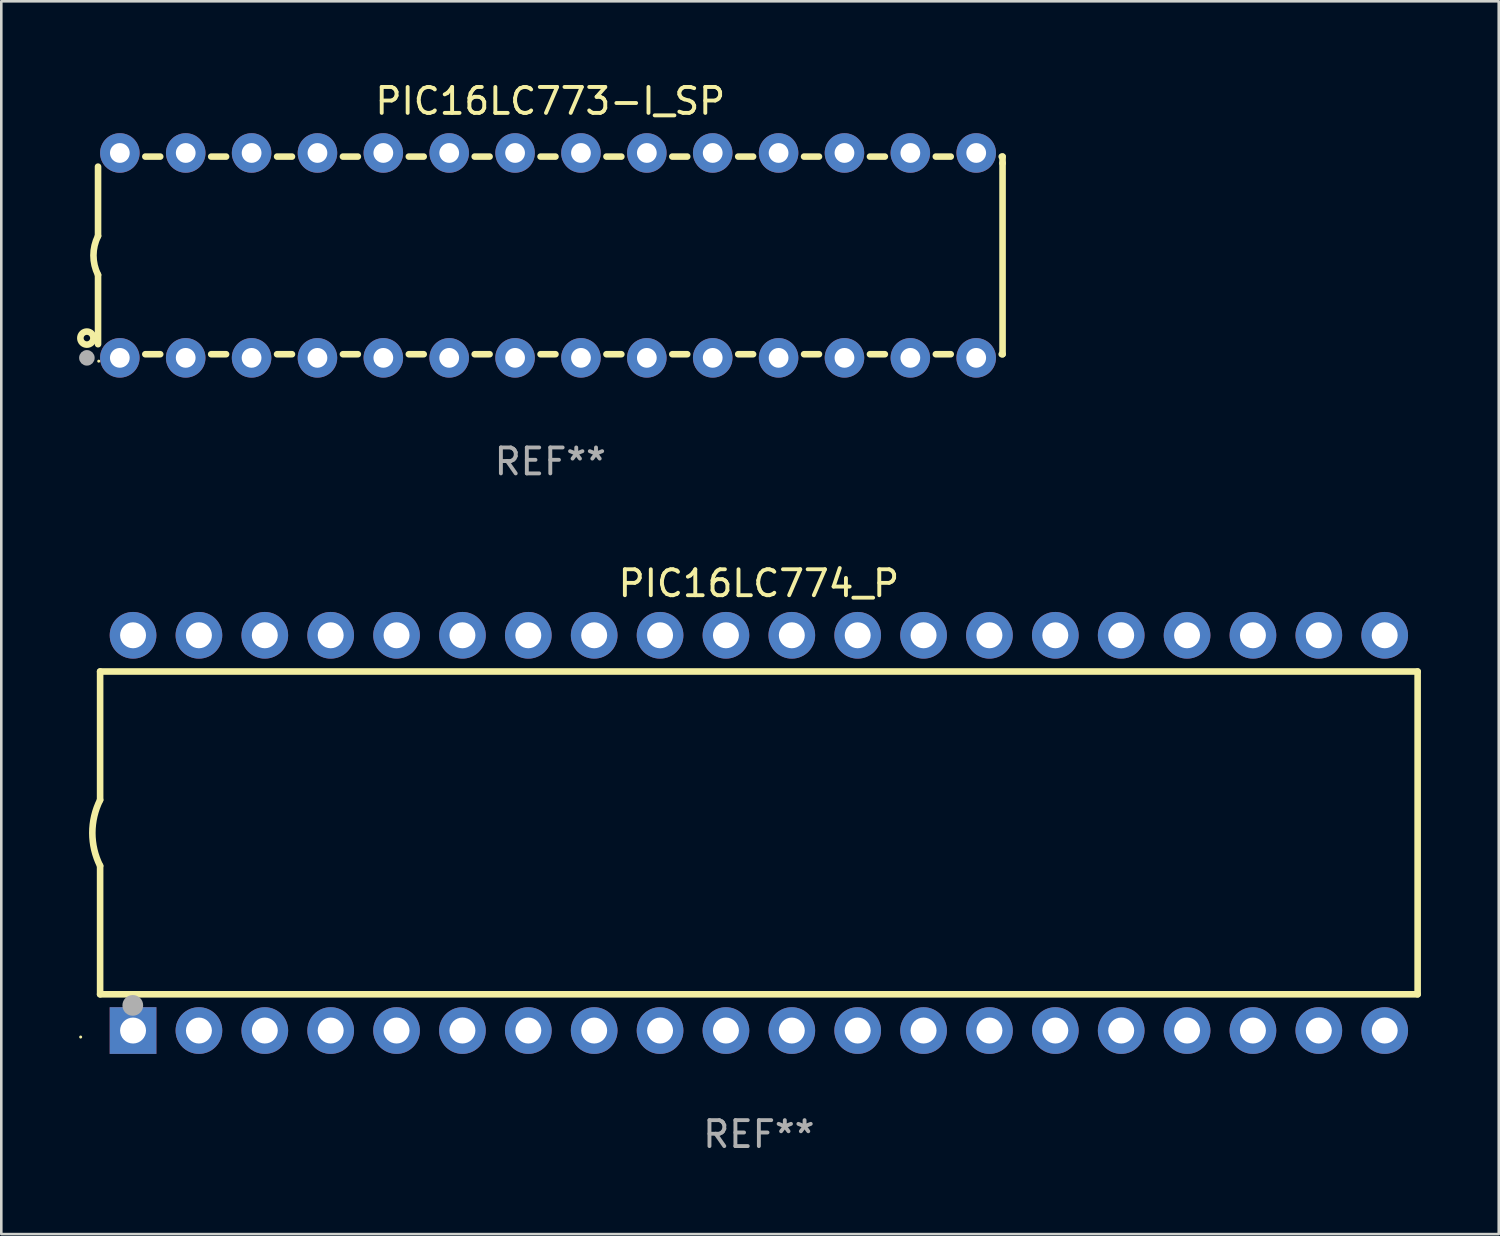
<source format=kicad_pcb>
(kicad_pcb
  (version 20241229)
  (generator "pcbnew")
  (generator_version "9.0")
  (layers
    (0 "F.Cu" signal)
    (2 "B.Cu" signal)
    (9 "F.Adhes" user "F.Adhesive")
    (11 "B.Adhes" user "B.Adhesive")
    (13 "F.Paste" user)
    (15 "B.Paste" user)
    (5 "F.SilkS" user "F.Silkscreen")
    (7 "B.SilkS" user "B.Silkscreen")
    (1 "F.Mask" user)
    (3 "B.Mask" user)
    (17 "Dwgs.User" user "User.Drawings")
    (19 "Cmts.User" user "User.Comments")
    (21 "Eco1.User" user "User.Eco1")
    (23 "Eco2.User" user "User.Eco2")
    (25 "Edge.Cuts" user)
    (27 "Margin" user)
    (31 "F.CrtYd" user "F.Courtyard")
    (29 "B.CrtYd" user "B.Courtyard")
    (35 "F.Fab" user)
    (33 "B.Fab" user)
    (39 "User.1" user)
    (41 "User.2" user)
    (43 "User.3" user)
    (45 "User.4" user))
  (footprint "PIC16LC774_P"
    (layer "F.Cu")
    (at 26.21 29.065)
    (property "Reference" "PIC16LC774_P" (at 0 -9.62 0) (layer "F.SilkS") (effects (font (size 1 1) (thickness 0.15))))
    (attr through_hole)
    (fp_line (start -25.4 -6.224) (end -25.4 -1.271) (stroke (width 0.254) (type solid)) (layer "F.SilkS"))
    (fp_line (start -25.4 -6.224) (end 25.4 -6.224) (stroke (width 0.254) (type solid)) (layer "F.SilkS"))
    (fp_line (start -25.4 1.269) (end -25.4 6.222) (stroke (width 0.254) (type solid)) (layer "F.SilkS"))
    (fp_line (start -25.4 6.222) (end 25.4 6.222) (stroke (width 0.254) (type solid)) (layer "F.SilkS"))
    (fp_line (start 25.4 6.222) (end 25.4 -6.224) (stroke (width 0.254) (type solid)) (layer "F.SilkS"))
    (fp_arc (start -25.4 1.269241) (mid -25.699807 -0.000762) (end -25.4 -1.270765) (stroke (width 0.254001) (type solid)) (layer "F.SilkS"))
    (fp_circle (center -26.15 7.87) (end -26.12 7.87) (stroke (width 0.06) (type solid)) (fill no) (layer "F.SilkS"))
    (fp_circle (center -24.14 6.65) (end -23.94 6.65) (stroke (width 0.4) (type solid)) (fill no) (layer "F.Fab"))
    (fp_text user "REF**" (at 0 11.62 0) (layer "F.Fab") (effects (font (size 1 1) (thickness 0.15))))
    (pad "1" thru_hole rect (at -24.13 7.62 90) (size 1.8 1.8) (drill 1) (layers "*.Cu" "*.Mask"))
    (pad "2" thru_hole circle (at -21.59 7.62) (size 1.8 1.8) (drill 1) (layers "*.Cu" "*.Mask"))
    (pad "3" thru_hole circle (at -19.05 7.62) (size 1.8 1.8) (drill 1) (layers "*.Cu" "*.Mask"))
    (pad "4" thru_hole circle (at -16.51 7.62) (size 1.8 1.8) (drill 1) (layers "*.Cu" "*.Mask"))
    (pad "5" thru_hole circle (at -13.97 7.62) (size 1.8 1.8) (drill 1) (layers "*.Cu" "*.Mask"))
    (pad "6" thru_hole circle (at -11.43 7.62) (size 1.8 1.8) (drill 1) (layers "*.Cu" "*.Mask"))
    (pad "7" thru_hole circle (at -8.89 7.62) (size 1.8 1.8) (drill 1) (layers "*.Cu" "*.Mask"))
    (pad "8" thru_hole circle (at -6.35 7.62) (size 1.8 1.8) (drill 1) (layers "*.Cu" "*.Mask"))
    (pad "9" thru_hole circle (at -3.81 7.62) (size 1.8 1.8) (drill 1) (layers "*.Cu" "*.Mask"))
    (pad "10" thru_hole circle (at -1.27 7.62) (size 1.8 1.8) (drill 1) (layers "*.Cu" "*.Mask"))
    (pad "11" thru_hole circle (at 1.27 7.62) (size 1.8 1.8) (drill 1) (layers "*.Cu" "*.Mask"))
    (pad "12" thru_hole circle (at 3.81 7.62) (size 1.8 1.8) (drill 1) (layers "*.Cu" "*.Mask"))
    (pad "13" thru_hole circle (at 6.35 7.62) (size 1.8 1.8) (drill 1) (layers "*.Cu" "*.Mask"))
    (pad "14" thru_hole circle (at 8.89 7.62) (size 1.8 1.8) (drill 1) (layers "*.Cu" "*.Mask"))
    (pad "15" thru_hole circle (at 11.43 7.62) (size 1.8 1.8) (drill 1) (layers "*.Cu" "*.Mask"))
    (pad "16" thru_hole circle (at 13.97 7.62) (size 1.8 1.8) (drill 1) (layers "*.Cu" "*.Mask"))
    (pad "17" thru_hole circle (at 16.51 7.62) (size 1.8 1.8) (drill 1) (layers "*.Cu" "*.Mask"))
    (pad "18" thru_hole circle (at 19.05 7.62) (size 1.8 1.8) (drill 1) (layers "*.Cu" "*.Mask"))
    (pad "19" thru_hole circle (at 21.59 7.62) (size 1.8 1.8) (drill 1) (layers "*.Cu" "*.Mask"))
    (pad "20" thru_hole circle (at 24.13 7.62) (size 1.8 1.8) (drill 1) (layers "*.Cu" "*.Mask"))
    (pad "21" thru_hole circle (at 24.13 -7.62) (size 1.8 1.8) (drill 1) (layers "*.Cu" "*.Mask"))
    (pad "22" thru_hole circle (at 21.59 -7.62) (size 1.8 1.8) (drill 1) (layers "*.Cu" "*.Mask"))
    (pad "23" thru_hole circle (at 19.05 -7.62) (size 1.8 1.8) (drill 1) (layers "*.Cu" "*.Mask"))
    (pad "24" thru_hole circle (at 16.51 -7.62) (size 1.8 1.8) (drill 1) (layers "*.Cu" "*.Mask"))
    (pad "25" thru_hole circle (at 13.97 -7.62) (size 1.8 1.8) (drill 1) (layers "*.Cu" "*.Mask"))
    (pad "26" thru_hole circle (at 11.43 -7.62) (size 1.8 1.8) (drill 1) (layers "*.Cu" "*.Mask"))
    (pad "27" thru_hole circle (at 8.89 -7.62) (size 1.8 1.8) (drill 1) (layers "*.Cu" "*.Mask"))
    (pad "28" thru_hole circle (at 6.35 -7.62) (size 1.8 1.8) (drill 1) (layers "*.Cu" "*.Mask"))
    (pad "29" thru_hole circle (at 3.81 -7.62) (size 1.8 1.8) (drill 1) (layers "*.Cu" "*.Mask"))
    (pad "30" thru_hole circle (at 1.27 -7.62) (size 1.8 1.8) (drill 1) (layers "*.Cu" "*.Mask"))
    (pad "31" thru_hole circle (at -1.27 -7.62) (size 1.8 1.8) (drill 1) (layers "*.Cu" "*.Mask"))
    (pad "32" thru_hole circle (at -3.81 -7.62) (size 1.8 1.8) (drill 1) (layers "*.Cu" "*.Mask"))
    (pad "33" thru_hole circle (at -6.35 -7.62) (size 1.8 1.8) (drill 1) (layers "*.Cu" "*.Mask"))
    (pad "34" thru_hole circle (at -8.89 -7.62) (size 1.8 1.8) (drill 1) (layers "*.Cu" "*.Mask"))
    (pad "35" thru_hole circle (at -11.43 -7.62) (size 1.8 1.8) (drill 1) (layers "*.Cu" "*.Mask"))
    (pad "36" thru_hole circle (at -13.97 -7.62) (size 1.8 1.8) (drill 1) (layers "*.Cu" "*.Mask"))
    (pad "37" thru_hole circle (at -16.51 -7.62) (size 1.8 1.8) (drill 1) (layers "*.Cu" "*.Mask"))
    (pad "38" thru_hole circle (at -19.05 -7.62) (size 1.8 1.8) (drill 1) (layers "*.Cu" "*.Mask"))
    (pad "39" thru_hole circle (at -21.59 -7.62) (size 1.8 1.8) (drill 1) (layers "*.Cu" "*.Mask"))
    (pad "40" thru_hole circle (at -24.13 -7.62) (size 1.8 1.8) (drill 1) (layers "*.Cu" "*.Mask")))
  (footprint "PIC16LC773-I_SP"
    (layer "F.Cu")
    (at 18.168 6.798)
    (property "Reference" "PIC16LC773-I_SP" (at 0 -5.95 0) (layer "F.SilkS") (effects (font (size 1 1) (thickness 0.15))))
    (attr through_hole)
    (fp_line (start -17.438 0.75) (end -17.438 3.423) (stroke (width 0.254) (type solid)) (layer "F.SilkS"))
    (fp_line (start -17.438 -3.423) (end -17.438 -0.75) (stroke (width 0.254) (type solid)) (layer "F.SilkS"))
    (fp_line (start -15.615 3.81) (end -15.041 3.81) (stroke (width 0.254) (type solid)) (layer "F.SilkS"))
    (fp_line (start -15.041 -3.81) (end -15.614 -3.81) (stroke (width 0.254) (type solid)) (layer "F.SilkS"))
    (fp_line (start -13.075 3.81) (end -12.501 3.81) (stroke (width 0.254) (type solid)) (layer "F.SilkS"))
    (fp_line (start -12.501 -3.81) (end -13.074 -3.81) (stroke (width 0.254) (type solid)) (layer "F.SilkS"))
    (fp_line (start -10.535 3.81) (end -9.961 3.81) (stroke (width 0.254) (type solid)) (layer "F.SilkS"))
    (fp_line (start -9.961 -3.81) (end -10.534 -3.81) (stroke (width 0.254) (type solid)) (layer "F.SilkS"))
    (fp_line (start -7.995 3.81) (end -7.421 3.81) (stroke (width 0.254) (type solid)) (layer "F.SilkS"))
    (fp_line (start -7.421 -3.81) (end -7.995 -3.81) (stroke (width 0.254) (type solid)) (layer "F.SilkS"))
    (fp_line (start -5.455 3.81) (end -4.881 3.81) (stroke (width 0.254) (type solid)) (layer "F.SilkS"))
    (fp_line (start -4.881 -3.81) (end -5.455 -3.81) (stroke (width 0.254) (type solid)) (layer "F.SilkS"))
    (fp_line (start -2.915 3.81) (end -2.341 3.81) (stroke (width 0.254) (type solid)) (layer "F.SilkS"))
    (fp_line (start -2.341 -3.81) (end -2.915 -3.81) (stroke (width 0.254) (type solid)) (layer "F.SilkS"))
    (fp_line (start -0.375 3.81) (end 0.199 3.81) (stroke (width 0.254) (type solid)) (layer "F.SilkS"))
    (fp_line (start 0.199 -3.81) (end -0.375 -3.81) (stroke (width 0.254) (type solid)) (layer "F.SilkS"))
    (fp_line (start 2.165 3.81) (end 2.739 3.81) (stroke (width 0.254) (type solid)) (layer "F.SilkS"))
    (fp_line (start 2.739 -3.81) (end 2.165 -3.81) (stroke (width 0.254) (type solid)) (layer "F.SilkS"))
    (fp_line (start 4.705 3.81) (end 5.279 3.81) (stroke (width 0.254) (type solid)) (layer "F.SilkS"))
    (fp_line (start 5.279 -3.81) (end 4.705 -3.81) (stroke (width 0.254) (type solid)) (layer "F.SilkS"))
    (fp_line (start 7.245 3.81) (end 7.819 3.81) (stroke (width 0.254) (type solid)) (layer "F.SilkS"))
    (fp_line (start 7.819 -3.81) (end 7.245 -3.81) (stroke (width 0.254) (type solid)) (layer "F.SilkS"))
    (fp_line (start 9.785 3.81) (end 10.359 3.81) (stroke (width 0.254) (type solid)) (layer "F.SilkS"))
    (fp_line (start 10.359 -3.81) (end 9.785 -3.81) (stroke (width 0.254) (type solid)) (layer "F.SilkS"))
    (fp_line (start 12.325 3.81) (end 12.899 3.81) (stroke (width 0.254) (type solid)) (layer "F.SilkS"))
    (fp_line (start 12.899 -3.81) (end 12.325 -3.81) (stroke (width 0.254) (type solid)) (layer "F.SilkS"))
    (fp_line (start 14.865 3.81) (end 15.439 3.81) (stroke (width 0.254) (type solid)) (layer "F.SilkS"))
    (fp_line (start 15.439 -3.81) (end 14.865 -3.81) (stroke (width 0.254) (type solid)) (layer "F.SilkS"))
    (fp_line (start 17.405 3.81) (end 17.438 3.81) (stroke (width 0.254) (type solid)) (layer "F.SilkS"))
    (fp_line (start 17.438 -3.81) (end 17.405 -3.81) (stroke (width 0.254) (type solid)) (layer "F.SilkS"))
    (fp_line (start 17.438 -3.556) (end 17.438 -3.81) (stroke (width 0.254) (type solid)) (layer "F.SilkS"))
    (fp_line (start 17.438 3.81) (end 17.438 -3.556) (stroke (width 0.254) (type solid)) (layer "F.SilkS"))
    (fp_arc (start -17.437986 0.749657) (mid -17.614887 -0.000024) (end -17.437783 -0.749657) (stroke (width 0.254001) (type solid)) (layer "F.SilkS"))
    (fp_circle (center -17.868 3.188) (end -17.743 3.188) (stroke (width 0.254) (type solid)) (fill no) (layer "F.SilkS"))
    (fp_circle (center -17.411 4.077) (end -17.381 4.077) (stroke (width 0.06) (type solid)) (fill no) (layer "F.SilkS"))
    (fp_circle (center -17.868 3.95) (end -17.718 3.95) (stroke (width 0.3) (type solid)) (fill no) (layer "F.Fab"))
    (fp_text user "REF**" (at 0 7.95 0) (layer "F.Fab") (effects (font (size 1 1) (thickness 0.15))))
    (pad "1" thru_hole circle (at -16.598 3.95) (size 1.524 1.524) (drill 0.762) (layers "*.Cu" "*.Mask"))
    (pad "2" thru_hole circle (at -14.058 3.95) (size 1.524 1.524) (drill 0.762) (layers "*.Cu" "*.Mask"))
    (pad "3" thru_hole circle (at -11.518 3.95) (size 1.524 1.524) (drill 0.762) (layers "*.Cu" "*.Mask"))
    (pad "4" thru_hole circle (at -8.978 3.95) (size 1.524 1.524) (drill 0.762) (layers "*.Cu" "*.Mask"))
    (pad "5" thru_hole circle (at -6.438 3.95) (size 1.524 1.524) (drill 0.762) (layers "*.Cu" "*.Mask"))
    (pad "6" thru_hole circle (at -3.898 3.95) (size 1.524 1.524) (drill 0.762) (layers "*.Cu" "*.Mask"))
    (pad "7" thru_hole circle (at -1.358 3.95) (size 1.524 1.524) (drill 0.762) (layers "*.Cu" "*.Mask"))
    (pad "8" thru_hole circle (at 1.182 3.95) (size 1.524 1.524) (drill 0.762) (layers "*.Cu" "*.Mask"))
    (pad "9" thru_hole circle (at 3.722 3.95) (size 1.524 1.524) (drill 0.762) (layers "*.Cu" "*.Mask"))
    (pad "10" thru_hole circle (at 6.262 3.95) (size 1.524 1.524) (drill 0.762) (layers "*.Cu" "*.Mask"))
    (pad "11" thru_hole circle (at 8.802 3.95) (size 1.524 1.524) (drill 0.762) (layers "*.Cu" "*.Mask"))
    (pad "12" thru_hole circle (at 11.342 3.95) (size 1.524 1.524) (drill 0.762) (layers "*.Cu" "*.Mask"))
    (pad "13" thru_hole circle (at 13.882 3.95) (size 1.524 1.524) (drill 0.762) (layers "*.Cu" "*.Mask"))
    (pad "14" thru_hole circle (at 16.422 3.95) (size 1.524 1.524) (drill 0.762) (layers "*.Cu" "*.Mask"))
    (pad "15" thru_hole circle (at 16.422 -3.95) (size 1.524 1.524) (drill 0.762) (layers "*.Cu" "*.Mask"))
    (pad "16" thru_hole circle (at 13.882 -3.95) (size 1.524 1.524) (drill 0.762) (layers "*.Cu" "*.Mask"))
    (pad "17" thru_hole circle (at 11.342 -3.95) (size 1.524 1.524) (drill 0.762) (layers "*.Cu" "*.Mask"))
    (pad "18" thru_hole circle (at 8.802 -3.95) (size 1.524 1.524) (drill 0.762) (layers "*.Cu" "*.Mask"))
    (pad "19" thru_hole circle (at 6.262 -3.95) (size 1.524 1.524) (drill 0.762) (layers "*.Cu" "*.Mask"))
    (pad "20" thru_hole circle (at 3.722 -3.95) (size 1.524 1.524) (drill 0.762) (layers "*.Cu" "*.Mask"))
    (pad "21" thru_hole circle (at 1.182 -3.95) (size 1.524 1.524) (drill 0.762) (layers "*.Cu" "*.Mask"))
    (pad "22" thru_hole circle (at -1.358 -3.95) (size 1.524 1.524) (drill 0.762) (layers "*.Cu" "*.Mask"))
    (pad "23" thru_hole circle (at -3.898 -3.95) (size 1.524 1.524) (drill 0.762) (layers "*.Cu" "*.Mask"))
    (pad "24" thru_hole circle (at -6.438 -3.95) (size 1.524 1.524) (drill 0.762) (layers "*.Cu" "*.Mask"))
    (pad "25" thru_hole circle (at -8.978 -3.95) (size 1.524 1.524) (drill 0.762) (layers "*.Cu" "*.Mask"))
    (pad "26" thru_hole circle (at -11.517 -3.95) (size 1.524 1.524) (drill 0.762) (layers "*.Cu" "*.Mask"))
    (pad "27" thru_hole circle (at -14.057 -3.95) (size 1.524 1.524) (drill 0.762) (layers "*.Cu" "*.Mask"))
    (pad "28" thru_hole circle (at -16.597 -3.95) (size 1.524 1.524) (drill 0.762) (layers "*.Cu" "*.Mask")))
  (gr_rect
    (start -3 -3)
    (end 54.737 44.533)
    (stroke (width 0.1) (type default))
    (fill no)
    (layer "Edge.Cuts")))
</source>
